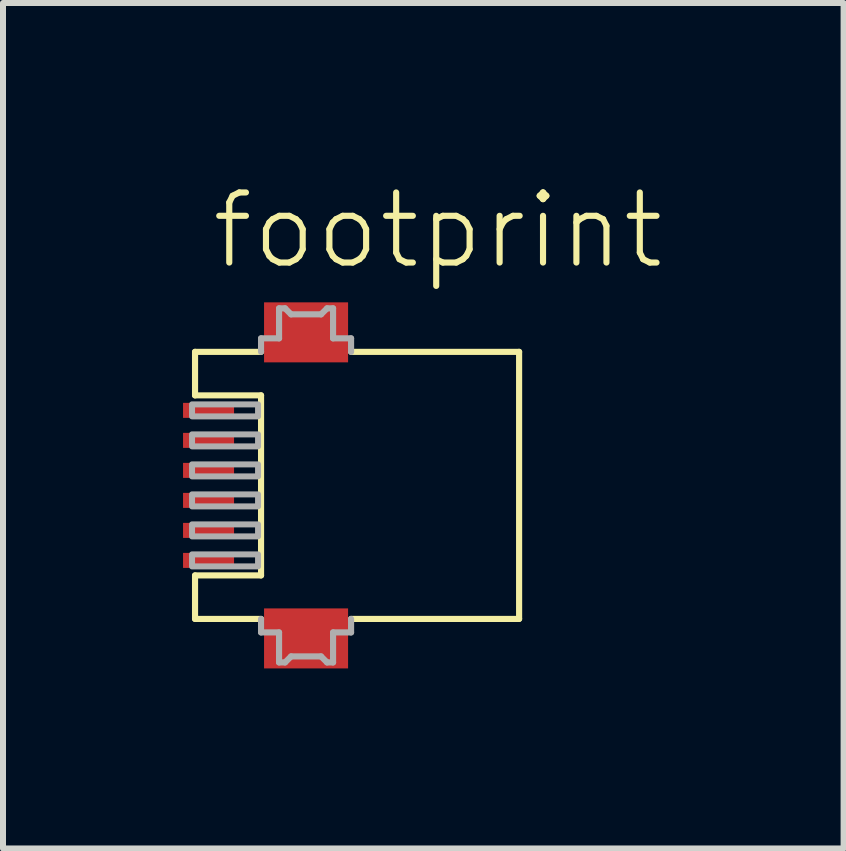
<source format=kicad_pcb>
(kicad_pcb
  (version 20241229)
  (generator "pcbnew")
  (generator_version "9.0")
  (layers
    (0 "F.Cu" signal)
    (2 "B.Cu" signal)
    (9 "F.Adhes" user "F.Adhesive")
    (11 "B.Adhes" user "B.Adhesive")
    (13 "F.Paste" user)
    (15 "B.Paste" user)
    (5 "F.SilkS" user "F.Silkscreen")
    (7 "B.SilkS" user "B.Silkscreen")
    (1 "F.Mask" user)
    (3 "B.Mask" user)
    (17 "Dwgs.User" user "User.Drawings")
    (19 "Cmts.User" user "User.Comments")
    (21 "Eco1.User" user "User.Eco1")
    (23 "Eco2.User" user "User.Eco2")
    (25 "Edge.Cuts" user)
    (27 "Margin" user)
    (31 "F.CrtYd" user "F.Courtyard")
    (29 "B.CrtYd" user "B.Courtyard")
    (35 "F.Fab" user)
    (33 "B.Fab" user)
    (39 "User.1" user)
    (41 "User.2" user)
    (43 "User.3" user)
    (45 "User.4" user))
  (footprint "footprint"
    (layer "F.Cu")
    (at 2.965 5.038)
    (property "Reference" "footprint" (at -2.54 -3.565 0) (layer "F.SilkS") (effects (font (size 1.168 1.168) (thickness 0.102)) (justify left bottom)))
    (fp_line (start -2.765 -2.225) (end -2.765 -1.5) (stroke (width 0.102) (type solid)) (layer "F.SilkS"))
    (fp_line (start -2.765 -2.225) (end -1.665 -2.225) (stroke (width 0.102) (type solid)) (layer "F.SilkS"))
    (fp_line (start -2.765 -1.5) (end -1.665 -1.5) (stroke (width 0.102) (type solid)) (layer "F.SilkS"))
    (fp_line (start -2.765 1.5) (end -2.765 2.225) (stroke (width 0.102) (type solid)) (layer "F.SilkS"))
    (fp_line (start -2.765 2.225) (end -1.665 2.225) (stroke (width 0.102) (type solid)) (layer "F.SilkS"))
    (fp_line (start -1.665 -1.5) (end -1.665 1.5) (stroke (width 0.102) (type solid)) (layer "F.SilkS"))
    (fp_line (start -1.665 1.5) (end -2.765 1.5) (stroke (width 0.102) (type solid)) (layer "F.SilkS"))
    (fp_line (start -0.165 2.225) (end 2.635 2.225) (stroke (width 0.102) (type solid)) (layer "F.SilkS"))
    (fp_line (start 2.635 -2.225) (end -0.165 -2.225) (stroke (width 0.102) (type solid)) (layer "F.SilkS"))
    (fp_line (start 2.635 2.225) (end 2.635 -2.225) (stroke (width 0.102) (type solid)) (layer "F.SilkS"))
    (fp_line (start -1.665 -2.45) (end -1.665 -2.225) (stroke (width 0.102) (type solid)) (layer "F.Fab"))
    (fp_line (start -1.665 2.225) (end -1.665 2.45) (stroke (width 0.102) (type solid)) (layer "F.Fab"))
    (fp_line (start -1.665 2.45) (end -1.365 2.45) (stroke (width 0.102) (type solid)) (layer "F.Fab"))
    (fp_line (start -1.365 -2.95) (end -1.365 -2.45) (stroke (width 0.102) (type solid)) (layer "F.Fab"))
    (fp_line (start -1.365 -2.45) (end -1.665 -2.45) (stroke (width 0.102) (type solid)) (layer "F.Fab"))
    (fp_line (start -1.365 2.45) (end -1.365 2.95) (stroke (width 0.102) (type solid)) (layer "F.Fab"))
    (fp_line (start -1.365 2.95) (end -1.265 2.95) (stroke (width 0.102) (type solid)) (layer "F.Fab"))
    (fp_line (start -1.265 -2.95) (end -1.365 -2.95) (stroke (width 0.102) (type solid)) (layer "F.Fab"))
    (fp_line (start -1.265 2.95) (end -1.165 2.85) (stroke (width 0.102) (type solid)) (layer "F.Fab"))
    (fp_line (start -1.165 -2.85) (end -1.265 -2.95) (stroke (width 0.102) (type solid)) (layer "F.Fab"))
    (fp_line (start -1.165 2.85) (end -0.665 2.85) (stroke (width 0.102) (type solid)) (layer "F.Fab"))
    (fp_line (start -0.665 -2.85) (end -1.165 -2.85) (stroke (width 0.102) (type solid)) (layer "F.Fab"))
    (fp_line (start -0.665 2.85) (end -0.565 2.95) (stroke (width 0.102) (type solid)) (layer "F.Fab"))
    (fp_line (start -0.565 -2.95) (end -0.665 -2.85) (stroke (width 0.102) (type solid)) (layer "F.Fab"))
    (fp_line (start -0.565 2.95) (end -0.465 2.95) (stroke (width 0.102) (type solid)) (layer "F.Fab"))
    (fp_line (start -0.465 -2.95) (end -0.565 -2.95) (stroke (width 0.102) (type solid)) (layer "F.Fab"))
    (fp_line (start -0.465 -2.45) (end -0.465 -2.95) (stroke (width 0.102) (type solid)) (layer "F.Fab"))
    (fp_line (start -0.465 2.45) (end -0.165 2.45) (stroke (width 0.102) (type solid)) (layer "F.Fab"))
    (fp_line (start -0.465 2.95) (end -0.465 2.45) (stroke (width 0.102) (type solid)) (layer "F.Fab"))
    (fp_line (start -0.165 -2.45) (end -0.465 -2.45) (stroke (width 0.102) (type solid)) (layer "F.Fab"))
    (fp_line (start -0.165 -2.225) (end -0.165 -2.45) (stroke (width 0.102) (type solid)) (layer "F.Fab"))
    (fp_line (start -0.165 2.45) (end -0.165 2.225) (stroke (width 0.102) (type solid)) (layer "F.Fab"))
    (fp_poly (pts (xy -2.815 -1.15) (xy -1.715 -1.15) (xy -1.715 -1.35) (xy -2.815 -1.35)) (stroke (width 0.1) (type solid)) (fill no) (layer "F.Fab"))
    (fp_poly (pts (xy -2.815 -0.65) (xy -1.715 -0.65) (xy -1.715 -0.85) (xy -2.815 -0.85)) (stroke (width 0.1) (type solid)) (fill no) (layer "F.Fab"))
    (fp_poly (pts (xy -2.815 -0.15) (xy -1.715 -0.15) (xy -1.715 -0.35) (xy -2.815 -0.35)) (stroke (width 0.1) (type solid)) (fill no) (layer "F.Fab"))
    (fp_poly (pts (xy -2.815 0.35) (xy -1.715 0.35) (xy -1.715 0.15) (xy -2.815 0.15)) (stroke (width 0.1) (type solid)) (fill no) (layer "F.Fab"))
    (fp_poly (pts (xy -2.815 0.85) (xy -1.715 0.85) (xy -1.715 0.65) (xy -2.815 0.65)) (stroke (width 0.1) (type solid)) (fill no) (layer "F.Fab"))
    (fp_poly (pts (xy -2.815 1.35) (xy -1.715 1.35) (xy -1.715 1.15) (xy -2.815 1.15)) (stroke (width 0.1) (type solid)) (fill no) (layer "F.Fab"))
    (pad "1" smd rect (at -2.54 -1.25) (size 0.85 0.25) (layers "F.Cu" "F.Paste"))
    (pad "2" smd rect (at -2.54 -0.75) (size 0.85 0.25) (layers "F.Cu" "F.Paste"))
    (pad "3" smd rect (at -2.54 -0.25) (size 0.85 0.25) (layers "F.Cu" "F.Paste"))
    (pad "4" smd rect (at -2.54 0.25) (size 0.85 0.25) (layers "F.Cu" "F.Paste"))
    (pad "5" smd rect (at -2.54 0.75) (size 0.85 0.25) (layers "F.Cu" "F.Paste"))
    (pad "6" smd rect (at -2.54 1.25) (size 0.85 0.25) (layers "F.Cu" "F.Paste"))
    (pad "M1" smd rect (at -0.915 -2.55 180) (size 1.4 1) (layers "F.Cu" "F.Mask" "F.Paste"))
    (pad "M2" smd rect (at -0.915 2.55 180) (size 1.4 1) (layers "F.Cu" "F.Mask" "F.Paste"))
    (zone (net_name "") (layers "F.Cu" "B.Cu") (hatch edge 0.508) (connect_pads) (min_thickness 0.254) (filled_areas_thickness no) (keepout (tracks allowed) (vias not_allowed) (pads allowed) (copperpour allowed) (footprints allowed)) (placement (enabled no)) (fill) (polygon (pts (xy 3.55 3.663) (xy 0.875 3.663) (xy 0.875 6.413) (xy 3.55 6.413)))))
  (gr_rect
    (start -3 -3)
    (end 11.007 11.088)
    (stroke (width 0.1) (type default))
    (fill no)
    (layer "Edge.Cuts")))
</source>
